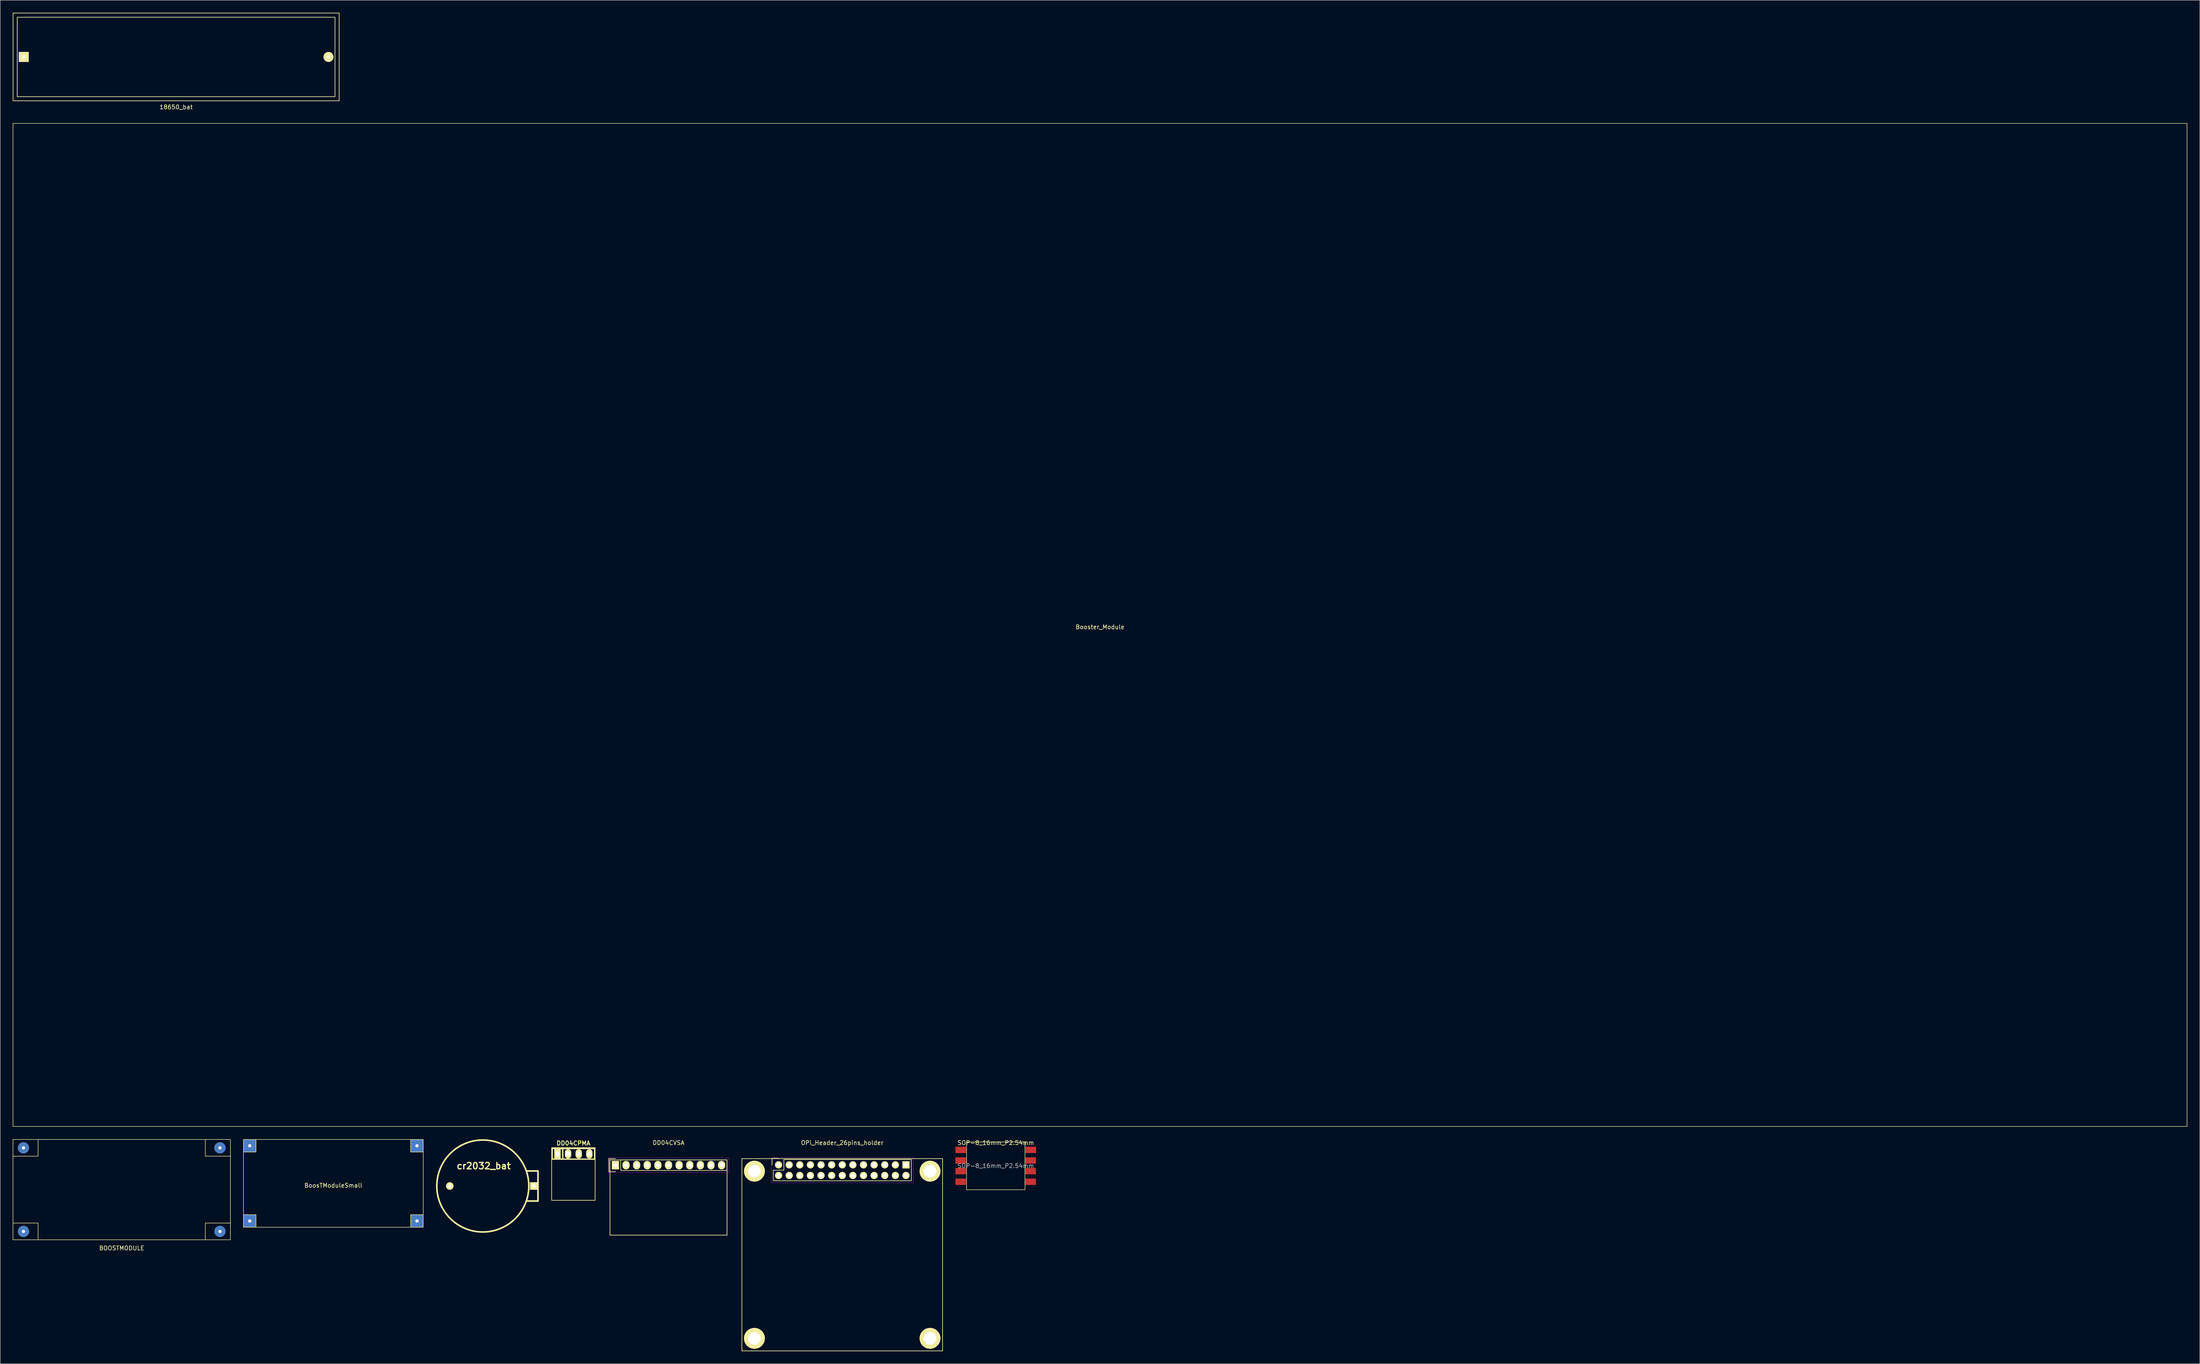
<source format=kicad_pcb>
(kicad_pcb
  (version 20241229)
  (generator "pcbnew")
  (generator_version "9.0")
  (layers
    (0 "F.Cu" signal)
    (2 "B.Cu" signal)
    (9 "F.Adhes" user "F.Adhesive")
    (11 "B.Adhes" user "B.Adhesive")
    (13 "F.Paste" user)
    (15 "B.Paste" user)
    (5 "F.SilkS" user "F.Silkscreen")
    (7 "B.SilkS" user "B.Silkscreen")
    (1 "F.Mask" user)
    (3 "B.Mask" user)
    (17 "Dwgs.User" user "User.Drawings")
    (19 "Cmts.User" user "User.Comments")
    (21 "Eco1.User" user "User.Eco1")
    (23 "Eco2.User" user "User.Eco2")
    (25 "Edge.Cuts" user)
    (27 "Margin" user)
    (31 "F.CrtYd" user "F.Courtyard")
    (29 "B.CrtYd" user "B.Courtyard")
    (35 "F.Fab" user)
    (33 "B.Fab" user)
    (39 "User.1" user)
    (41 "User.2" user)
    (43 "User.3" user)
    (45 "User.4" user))
  (footprint "OPi_Header_26pins_holder"
    (layer "F.Cu")
    (at 198.398 297.188)
    (property "Reference" "OPi_Header_26pins_holder" (at 0 -26.797 0) (layer "F.SilkS") (effects (font (size 1 1) (thickness 0.15))))
    (attr through_hole)
    (fp_line (start -24 -23) (end 24 -23) (stroke (width 0.15) (type solid)) (layer "F.SilkS"))
    (fp_line (start -24 23) (end -24 -23) (stroke (width 0.15) (type solid)) (layer "F.SilkS"))
    (fp_line (start -16.776 -23.064) (end -16.776 -21.514) (stroke (width 0.15) (type solid)) (layer "F.SilkS"))
    (fp_line (start -16.496 -20.244) (end -13.956 -20.244) (stroke (width 0.15) (type solid)) (layer "F.SilkS"))
    (fp_line (start -16.496 -17.704) (end -16.496 -20.244) (stroke (width 0.15) (type solid)) (layer "F.SilkS"))
    (fp_line (start -16.496 -17.704) (end 16.524 -17.704) (stroke (width 0.15) (type solid)) (layer "F.SilkS"))
    (fp_line (start -15.226 -23.064) (end -16.776 -23.064) (stroke (width 0.15) (type solid)) (layer "F.SilkS"))
    (fp_line (start -13.956 -22.784) (end 16.524 -22.784) (stroke (width 0.15) (type solid)) (layer "F.SilkS"))
    (fp_line (start -13.956 -20.244) (end -13.956 -22.784) (stroke (width 0.15) (type solid)) (layer "F.SilkS"))
    (fp_line (start 16.524 -17.704) (end 16.524 -22.784) (stroke (width 0.15) (type solid)) (layer "F.SilkS"))
    (fp_line (start 24 -23) (end 24 23) (stroke (width 0.15) (type solid)) (layer "F.SilkS"))
    (fp_line (start 24 23) (end -24 23) (stroke (width 0.15) (type solid)) (layer "F.SilkS"))
    (fp_line (start -16.976 -23.264) (end -16.976 -17.214) (stroke (width 0.05) (type solid)) (layer "F.CrtYd"))
    (fp_line (start -16.976 -23.264) (end 17.024 -23.264) (stroke (width 0.05) (type solid)) (layer "F.CrtYd"))
    (fp_line (start -16.976 -17.214) (end 17.024 -17.214) (stroke (width 0.05) (type solid)) (layer "F.CrtYd"))
    (fp_line (start 17.024 -23.264) (end 17.024 -17.214) (stroke (width 0.05) (type solid)) (layer "F.CrtYd"))
    (pad "" thru_hole circle (at -21 -20) (size 5 5) (drill 3) (layers "*.Cu" "*.Mask" "F.SilkS"))
    (pad "" thru_hole circle (at -21 20) (size 5 5) (drill 3) (layers "*.Cu" "*.Mask" "F.SilkS"))
    (pad "" thru_hole circle (at 21 -20) (size 5 5) (drill 3) (layers "*.Cu" "*.Mask" "F.SilkS"))
    (pad "" thru_hole circle (at 21 20) (size 5 5) (drill 3) (layers "*.Cu" "*.Mask" "F.SilkS"))
    (pad "1" thru_hole rect (at 15.254 -21.514) (size 1.727 1.727) (drill 1.016) (layers "*.Cu" "*.Mask" "F.SilkS"))
    (pad "2" thru_hole oval (at 15.254 -18.974) (size 1.727 1.727) (drill 1.016) (layers "*.Cu" "*.Mask" "F.SilkS"))
    (pad "3" thru_hole oval (at 12.714 -21.514) (size 1.727 1.727) (drill 1.016) (layers "*.Cu" "*.Mask" "F.SilkS"))
    (pad "4" thru_hole oval (at 12.714 -18.974) (size 1.727 1.727) (drill 1.016) (layers "*.Cu" "*.Mask" "F.SilkS"))
    (pad "5" thru_hole oval (at 10.174 -21.514) (size 1.727 1.727) (drill 1.016) (layers "*.Cu" "*.Mask" "F.SilkS"))
    (pad "6" thru_hole oval (at 10.174 -18.974) (size 1.727 1.727) (drill 1.016) (layers "*.Cu" "*.Mask" "F.SilkS"))
    (pad "7" thru_hole oval (at 7.634 -21.514) (size 1.727 1.727) (drill 1.016) (layers "*.Cu" "*.Mask" "F.SilkS"))
    (pad "8" thru_hole oval (at 7.634 -18.974) (size 1.727 1.727) (drill 1.016) (layers "*.Cu" "*.Mask" "F.SilkS"))
    (pad "9" thru_hole oval (at 5.094 -21.514) (size 1.727 1.727) (drill 1.016) (layers "*.Cu" "*.Mask" "F.SilkS"))
    (pad "10" thru_hole oval (at 5.094 -18.974) (size 1.727 1.727) (drill 1.016) (layers "*.Cu" "*.Mask" "F.SilkS"))
    (pad "11" thru_hole oval (at 2.554 -21.514) (size 1.727 1.727) (drill 1.016) (layers "*.Cu" "*.Mask" "F.SilkS"))
    (pad "12" thru_hole oval (at 2.554 -18.974) (size 1.727 1.727) (drill 1.016) (layers "*.Cu" "*.Mask" "F.SilkS"))
    (pad "13" thru_hole oval (at 0.014 -21.514) (size 1.727 1.727) (drill 1.016) (layers "*.Cu" "*.Mask" "F.SilkS"))
    (pad "14" thru_hole oval (at 0.014 -18.974) (size 1.727 1.727) (drill 1.016) (layers "*.Cu" "*.Mask" "F.SilkS"))
    (pad "15" thru_hole oval (at -2.526 -21.514) (size 1.727 1.727) (drill 1.016) (layers "*.Cu" "*.Mask" "F.SilkS"))
    (pad "16" thru_hole oval (at -2.526 -18.974) (size 1.727 1.727) (drill 1.016) (layers "*.Cu" "*.Mask" "F.SilkS"))
    (pad "17" thru_hole oval (at -5.066 -21.514) (size 1.727 1.727) (drill 1.016) (layers "*.Cu" "*.Mask" "F.SilkS"))
    (pad "18" thru_hole oval (at -5.066 -18.974) (size 1.727 1.727) (drill 1.016) (layers "*.Cu" "*.Mask" "F.SilkS"))
    (pad "19" thru_hole oval (at -7.606 -21.514) (size 1.727 1.727) (drill 1.016) (layers "*.Cu" "*.Mask" "F.SilkS"))
    (pad "20" thru_hole oval (at -7.606 -18.974) (size 1.727 1.727) (drill 1.016) (layers "*.Cu" "*.Mask" "F.SilkS"))
    (pad "21" thru_hole oval (at -10.146 -21.514) (size 1.727 1.727) (drill 1.016) (layers "*.Cu" "*.Mask" "F.SilkS"))
    (pad "22" thru_hole oval (at -10.146 -18.974) (size 1.727 1.727) (drill 1.016) (layers "*.Cu" "*.Mask" "F.SilkS"))
    (pad "23" thru_hole oval (at -12.686 -21.514) (size 1.727 1.727) (drill 1.016) (layers "*.Cu" "*.Mask" "F.SilkS"))
    (pad "24" thru_hole oval (at -12.686 -18.974) (size 1.727 1.727) (drill 1.016) (layers "*.Cu" "*.Mask" "F.SilkS"))
    (pad "25" thru_hole circle (at -15.226 -21.514) (size 1.727 1.727) (drill 1.016) (layers "*.Cu" "*.Mask" "F.SilkS"))
    (pad "26" thru_hole oval (at -15.226 -18.974) (size 1.727 1.727) (drill 1.016) (layers "*.Cu" "*.Mask" "F.SilkS")))
  (footprint "18650_bat"
    (layer "F.Cu")
    (at 39.075 10.575)
    (property "Reference" "18650_bat" (at 0 12 0) (layer "F.SilkS") (effects (font (size 1 1) (thickness 0.15))))
    (attr through_hole)
    (fp_line (start -39 -10.5) (end -39 10.5) (stroke (width 0.15) (type solid)) (layer "F.SilkS"))
    (fp_line (start -39 10.5) (end 39 10.5) (stroke (width 0.15) (type solid)) (layer "F.SilkS"))
    (fp_line (start -38 -9.5) (end 38 -9.5) (stroke (width 0.15) (type solid)) (layer "F.SilkS"))
    (fp_line (start -38 9.5) (end -38 -9.5) (stroke (width 0.15) (type solid)) (layer "F.SilkS"))
    (fp_line (start 38 -9.5) (end 38 9.5) (stroke (width 0.15) (type solid)) (layer "F.SilkS"))
    (fp_line (start 38 9.5) (end -38 9.5) (stroke (width 0.15) (type solid)) (layer "F.SilkS"))
    (fp_line (start 39 -10.5) (end -39 -10.5) (stroke (width 0.15) (type solid)) (layer "F.SilkS"))
    (fp_line (start 39 10.5) (end 39 -10.5) (stroke (width 0.15) (type solid)) (layer "F.SilkS"))
    (pad "1" thru_hole rect (at -36.45 0) (size 2.4 2.4) (drill 0.762) (layers "*.Cu" "*.Mask" "F.SilkS"))
    (pad "2" thru_hole circle (at 36.45 0) (size 2.4 2.4) (drill 0.762) (layers "*.Cu" "*.Mask" "F.SilkS")))
  (footprint "SOP-8_16mm_P2.54mm"
    (layer "F.Cu")
    (at 235.125 275.911)
    (property "Reference" "SOP-8_16mm_P2.54mm" (at 0 -5.52 0) (layer "F.SilkS") (effects (font (size 1 1) (thickness 0.15))))
    (attr smd)
    (fp_line (start -6.985 -5.715) (end -6.985 5.715) (stroke (width 0.12) (type solid)) (layer "F.SilkS"))
    (fp_line (start -6.985 5.715) (end 6.985 5.715) (stroke (width 0.12) (type solid)) (layer "F.SilkS"))
    (fp_line (start 6.985 -5.715) (end -6.985 -5.715) (stroke (width 0.12) (type solid)) (layer "F.SilkS"))
    (fp_line (start 6.985 5.715) (end 6.985 -5.715) (stroke (width 0.12) (type solid)) (layer "F.SilkS"))
    (fp_text user "${REFERENCE}" (at 0 0 0) (layer "F.Fab") (effects (font (size 1 1) (thickness 0.15))))
    (pad "1" smd rect (at -8.382 -3.81) (size 2.54 1.52) (layers "F.Cu" "F.Mask" "F.Paste"))
    (pad "2" smd rect (at -8.382 -1.27) (size 2.54 1.52) (layers "F.Cu" "F.Mask" "F.Paste"))
    (pad "3" smd rect (at -8.382 1.27) (size 2.54 1.52) (layers "F.Cu" "F.Mask" "F.Paste"))
    (pad "4" smd rect (at -8.382 3.81) (size 2.52 1.52) (layers "F.Cu" "F.Mask" "F.Paste"))
    (pad "5" smd rect (at 8.335 3.81) (size 2.54 1.52) (layers "F.Cu" "F.Mask" "F.Paste"))
    (pad "6" smd rect (at 8.335 1.27) (size 2.54 1.52) (layers "F.Cu" "F.Mask" "F.Paste"))
    (pad "7" smd rect (at 8.335 -1.27) (size 2.54 1.52) (layers "F.Cu" "F.Mask" "F.Paste"))
    (pad "8" smd rect (at 8.382 -3.81) (size 2.54 1.52) (layers "F.Cu" "F.Mask" "F.Paste")))
  (footprint "BoosTModuleSmall"
    (layer "F.Cu")
    (at 76.68 280.103)
    (property "Reference" "BoosTModuleSmall" (at 0 0.5 0) (layer "F.SilkS") (effects (font (size 1 1) (thickness 0.15))))
    (attr through_hole)
    (fp_line (start -21.5 -10.5) (end 21.5 -10.5) (stroke (width 0.12) (type solid)) (layer "F.SilkS"))
    (fp_line (start -21.5 7.5) (end -18.5 7.5) (stroke (width 0.12) (type solid)) (layer "F.SilkS"))
    (fp_line (start -21.5 10.5) (end -21.5 -10.5) (stroke (width 0.12) (type solid)) (layer "F.SilkS"))
    (fp_line (start -18.5 -10.5) (end -18.5 -7.5) (stroke (width 0.12) (type solid)) (layer "F.SilkS"))
    (fp_line (start -18.5 -7.5) (end -21.5 -7.5) (stroke (width 0.12) (type solid)) (layer "F.SilkS"))
    (fp_line (start -18.5 7.5) (end -18.5 10.5) (stroke (width 0.12) (type solid)) (layer "F.SilkS"))
    (fp_line (start 18.5 -7.5) (end 18.5 -10.5) (stroke (width 0.12) (type solid)) (layer "F.SilkS"))
    (fp_line (start 18.5 7.5) (end 18.5 10.5) (stroke (width 0.12) (type solid)) (layer "F.SilkS"))
    (fp_line (start 21.5 -10.5) (end 21.5 10.5) (stroke (width 0.12) (type solid)) (layer "F.SilkS"))
    (fp_line (start 21.5 -7.5) (end 18.5 -7.5) (stroke (width 0.12) (type solid)) (layer "F.SilkS"))
    (fp_line (start 21.5 7.5) (end 18.5 7.5) (stroke (width 0.12) (type solid)) (layer "F.SilkS"))
    (fp_line (start 21.5 10.5) (end -21.5 10.5) (stroke (width 0.12) (type solid)) (layer "F.SilkS"))
    (pad "1" thru_hole rect (at -20 9) (size 3 3) (drill 0.762) (layers "*.Cu" "*.Mask"))
    (pad "2" thru_hole rect (at -20 -9) (size 3 3) (drill 0.762) (layers "*.Cu" "*.Mask"))
    (pad "3" thru_hole rect (at 20 -9) (size 3 3) (drill 0.762) (layers "*.Cu" "*.Mask"))
    (pad "4" thru_hole rect (at 20 9) (size 3 3) (drill 0.762) (layers "*.Cu" "*.Mask")))
  (footprint "Booster_Module"
    (layer "F.Cu")
    (at 260.06 146.483)
    (property "Reference" "Booster_Module" (at 0 0.5 0) (layer "F.SilkS") (effects (font (size 1 1) (thickness 0.15))))
    (attr through_hole)
    (fp_line (start -260 -120) (end -260 120) (stroke (width 0.12) (type solid)) (layer "F.SilkS"))
    (fp_line (start -260 120) (end 260 120) (stroke (width 0.12) (type solid)) (layer "F.SilkS"))
    (fp_line (start 260 -120) (end -260 -120) (stroke (width 0.12) (type solid)) (layer "F.SilkS"))
    (fp_line (start 260 120) (end 260 -120) (stroke (width 0.12) (type solid)) (layer "F.SilkS")))
  (footprint "BOOSTMODULE"
    (layer "F.Cu")
    (at 26.06 281.603)
    (property "Reference" "BOOSTMODULE" (at 0 14 0) (layer "F.SilkS") (effects (font (size 1 1) (thickness 0.15))))
    (attr through_hole)
    (fp_line (start -26 -12) (end -26 12) (stroke (width 0.12) (type solid)) (layer "F.SilkS"))
    (fp_line (start -26 -8) (end -20 -8) (stroke (width 0.12) (type solid)) (layer "F.SilkS"))
    (fp_line (start -26 12) (end 26 12) (stroke (width 0.12) (type solid)) (layer "F.SilkS"))
    (fp_line (start -20 -8) (end -20 -12) (stroke (width 0.12) (type solid)) (layer "F.SilkS"))
    (fp_line (start -20 8) (end -26 8) (stroke (width 0.12) (type solid)) (layer "F.SilkS"))
    (fp_line (start -20 8) (end -20 12) (stroke (width 0.12) (type solid)) (layer "F.SilkS"))
    (fp_line (start 20 -12) (end 20 -8) (stroke (width 0.12) (type solid)) (layer "F.SilkS"))
    (fp_line (start 20 -8) (end 26 -8) (stroke (width 0.12) (type solid)) (layer "F.SilkS"))
    (fp_line (start 20 8) (end 20 12) (stroke (width 0.12) (type solid)) (layer "F.SilkS"))
    (fp_line (start 20 8) (end 26 8) (stroke (width 0.12) (type solid)) (layer "F.SilkS"))
    (fp_line (start 26 -12) (end -26 -12) (stroke (width 0.12) (type solid)) (layer "F.SilkS"))
    (fp_line (start 26 8) (end 25 8) (stroke (width 0.12) (type solid)) (layer "F.SilkS"))
    (fp_line (start 26 12) (end 26 -12) (stroke (width 0.12) (type solid)) (layer "F.SilkS"))
    (pad "1" thru_hole circle (at -23.5 10) (size 2.7 2.7) (drill 0.762) (layers "*.Cu" "*.Mask"))
    (pad "2" thru_hole circle (at -23.5 -10) (size 2.7 2.7) (drill 0.762) (layers "*.Cu" "*.Mask"))
    (pad "3" thru_hole circle (at 23.5 -10) (size 2.7 2.7) (drill 0.762) (layers "*.Cu" "*.Mask"))
    (pad "4" thru_hole circle (at 23.5 10) (size 2.7 2.7) (drill 0.762) (layers "*.Cu" "*.Mask")))
  (footprint "DD04CPMA"
    (layer "F.Cu")
    (at 134.098 277.86)
    (property "Reference" "DD04CPMA" (at 0 -7.366 0) (layer "F.SilkS") (effects (font (size 1.016 1.016) (thickness 0.203))))
    (attr through_hole)
    (fp_line (start -5.2 -6.3) (end 5.2 -6.3) (stroke (width 0.15) (type solid)) (layer "F.SilkS"))
    (fp_line (start -5.2 6.3) (end -5.2 -6.3) (stroke (width 0.15) (type solid)) (layer "F.SilkS"))
    (fp_line (start -5.08 -6.096) (end 5.08 -6.096) (stroke (width 0.305) (type solid)) (layer "F.SilkS"))
    (fp_line (start -5.08 -3.556) (end -5.08 -6.096) (stroke (width 0.305) (type solid)) (layer "F.SilkS"))
    (fp_line (start -2.54 -6.096) (end -2.54 -3.556) (stroke (width 0.305) (type solid)) (layer "F.SilkS"))
    (fp_line (start 5.08 -6.096) (end 5.08 -3.556) (stroke (width 0.305) (type solid)) (layer "F.SilkS"))
    (fp_line (start 5.08 -3.556) (end -5.08 -3.556) (stroke (width 0.305) (type solid)) (layer "F.SilkS"))
    (fp_line (start 5.2 -6.3) (end 5.2 6.3) (stroke (width 0.15) (type solid)) (layer "F.SilkS"))
    (fp_line (start 5.2 6.3) (end -5.2 6.3) (stroke (width 0.15) (type solid)) (layer "F.SilkS"))
    (pad "1" thru_hole rect (at -3.81 -4.826) (size 1.524 2.2) (drill 1.001) (layers "*.Cu" "*.Mask" "F.SilkS"))
    (pad "2" thru_hole oval (at -1.27 -4.826) (size 1.524 2.2) (drill 1.001) (layers "*.Cu" "*.Mask" "F.SilkS"))
    (pad "3" thru_hole oval (at 1.27 -4.826) (size 1.524 2.2) (drill 1.001) (layers "*.Cu" "*.Mask" "F.SilkS"))
    (pad "4" thru_hole oval (at 3.81 -4.826) (size 1.524 2.2) (drill 1.001) (layers "*.Cu" "*.Mask" "F.SilkS")))
  (footprint "DD04CVSA"
    (layer "F.Cu")
    (at 156.848 283.491)
    (property "Reference" "DD04CVSA" (at 0 -13.1 0) (layer "F.SilkS") (effects (font (size 1 1) (thickness 0.15))))
    (attr through_hole)
    (fp_line (start -14.25 -9.297) (end -14.25 -6.197) (stroke (width 0.15) (type solid)) (layer "F.SilkS"))
    (fp_line (start -14.25 -6.197) (end -12.7 -6.197) (stroke (width 0.15) (type solid)) (layer "F.SilkS"))
    (fp_line (start -14 -9) (end 14 -9) (stroke (width 0.15) (type solid)) (layer "F.SilkS"))
    (fp_line (start -14 9) (end -14 -9) (stroke (width 0.15) (type solid)) (layer "F.SilkS"))
    (fp_line (start -12.7 -9.297) (end -14.25 -9.297) (stroke (width 0.15) (type solid)) (layer "F.SilkS"))
    (fp_line (start -11.43 -6.477) (end -11.43 -9.017) (stroke (width 0.15) (type solid)) (layer "F.SilkS"))
    (fp_line (start -11.43 -6.477) (end 13.97 -6.477) (stroke (width 0.15) (type solid)) (layer "F.SilkS"))
    (fp_line (start 13.97 -9.017) (end -11.43 -9.017) (stroke (width 0.15) (type solid)) (layer "F.SilkS"))
    (fp_line (start 13.97 -6.477) (end 13.97 -9.017) (stroke (width 0.15) (type solid)) (layer "F.SilkS"))
    (fp_line (start 14 -9) (end 14 9) (stroke (width 0.15) (type solid)) (layer "F.SilkS"))
    (fp_line (start 14 9) (end -14 9) (stroke (width 0.15) (type solid)) (layer "F.SilkS"))
    (fp_line (start -14.45 -9.497) (end -14.45 -5.997) (stroke (width 0.05) (type solid)) (layer "F.CrtYd"))
    (fp_line (start -14.45 -9.497) (end 14.45 -9.497) (stroke (width 0.05) (type solid)) (layer "F.CrtYd"))
    (fp_line (start -14.45 -5.997) (end 14.45 -5.997) (stroke (width 0.05) (type solid)) (layer "F.CrtYd"))
    (fp_line (start 14.45 -9.497) (end 14.45 -5.997) (stroke (width 0.05) (type solid)) (layer "F.CrtYd"))
    (pad "1" thru_hole rect (at -12.7 -7.747) (size 1.727 2.032) (drill 1.016) (layers "*.Cu" "*.Mask" "F.SilkS"))
    (pad "2" thru_hole oval (at -10.16 -7.747) (size 1.727 2.032) (drill 1.016) (layers "*.Cu" "*.Mask" "F.SilkS"))
    (pad "3" thru_hole oval (at -7.62 -7.747) (size 1.727 2.032) (drill 1.016) (layers "*.Cu" "*.Mask" "F.SilkS"))
    (pad "4" thru_hole oval (at -5.08 -7.747) (size 1.727 2.032) (drill 1.016) (layers "*.Cu" "*.Mask" "F.SilkS"))
    (pad "5" thru_hole oval (at -2.54 -7.747) (size 1.727 2.032) (drill 1.016) (layers "*.Cu" "*.Mask" "F.SilkS"))
    (pad "6" thru_hole oval (at 0 -7.747) (size 1.727 2.032) (drill 1.016) (layers "*.Cu" "*.Mask" "F.SilkS"))
    (pad "7" thru_hole oval (at 2.54 -7.747) (size 1.727 2.032) (drill 1.016) (layers "*.Cu" "*.Mask" "F.SilkS"))
    (pad "8" thru_hole oval (at 5.08 -7.747) (size 1.727 2.032) (drill 1.016) (layers "*.Cu" "*.Mask" "F.SilkS"))
    (pad "9" thru_hole oval (at 7.62 -7.747) (size 1.727 2.032) (drill 1.016) (layers "*.Cu" "*.Mask" "F.SilkS"))
    (pad "10" thru_hole oval (at 10.16 -7.747) (size 1.727 2.032) (drill 1.016) (layers "*.Cu" "*.Mask" "F.SilkS"))
    (pad "11" thru_hole oval (at 12.7 -7.747) (size 1.727 2.032) (drill 1.016) (layers "*.Cu" "*.Mask" "F.SilkS")))
  (footprint "cr2032_bat"
    (layer "F.Cu")
    (at 112.432 280.735)
    (property "Reference" "cr2032_bat" (at 0.201 -4.801 0) (layer "F.SilkS") (effects (font (size 1.524 1.524) (thickness 0.305))))
    (attr through_hole)
    (fp_line (start 10.5 -3.599) (end 13.2 -3.599) (stroke (width 0.381) (type solid)) (layer "F.SilkS"))
    (fp_line (start 13.2 -3.599) (end 13.2 3.599) (stroke (width 0.381) (type solid)) (layer "F.SilkS"))
    (fp_line (start 13.2 3.599) (end 10.5 3.599) (stroke (width 0.381) (type solid)) (layer "F.SilkS"))
    (fp_circle (center 0 0) (end -0.099 -11.001) (stroke (width 0.381) (type solid)) (fill no) (layer "F.SilkS"))
    (pad "1" thru_hole rect (at 12.2 0) (size 1.801 1.801) (drill 0.8) (layers "*.Cu" "*.Mask" "F.SilkS"))
    (pad "2" thru_hole circle (at -7.899 0) (size 1.801 1.801) (drill 0.8) (layers "*.Cu" "*.Mask" "F.SilkS")))
  (gr_rect
    (start -3 -3)
    (end 523.12 323.264)
    (stroke (width 0.1) (type default))
    (fill no)
    (layer "Edge.Cuts")))
</source>
